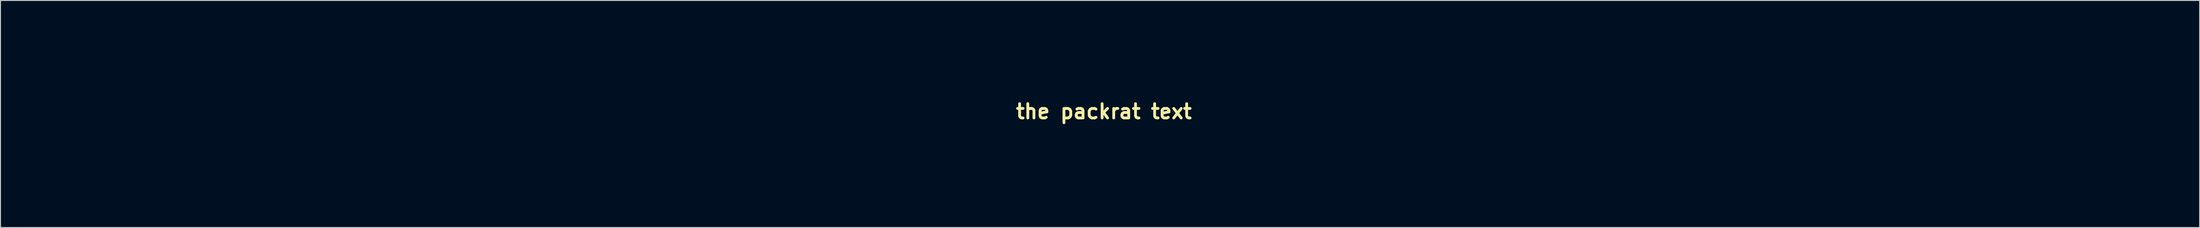
<source format=kicad_pcb>
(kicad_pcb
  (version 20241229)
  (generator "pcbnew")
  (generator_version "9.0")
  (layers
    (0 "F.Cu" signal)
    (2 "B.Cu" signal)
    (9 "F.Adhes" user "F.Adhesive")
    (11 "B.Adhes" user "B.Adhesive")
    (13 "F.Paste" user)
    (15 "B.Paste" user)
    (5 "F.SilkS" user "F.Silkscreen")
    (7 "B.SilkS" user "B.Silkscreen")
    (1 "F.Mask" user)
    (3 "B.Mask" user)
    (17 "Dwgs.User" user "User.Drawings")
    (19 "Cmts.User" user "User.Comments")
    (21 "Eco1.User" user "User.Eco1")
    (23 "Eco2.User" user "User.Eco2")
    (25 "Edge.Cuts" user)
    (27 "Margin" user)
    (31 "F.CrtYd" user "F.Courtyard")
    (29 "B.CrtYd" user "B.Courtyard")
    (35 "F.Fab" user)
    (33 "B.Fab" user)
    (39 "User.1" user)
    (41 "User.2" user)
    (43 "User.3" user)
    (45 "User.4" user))
  (footprint "the packrat text"
    (layer "F.Cu")
    (at 114.439 8.828)
    (property "Reference" "the packrat text" (at 0 0 0) (layer "F.SilkS") (effects (font (size 1.524 1.524) (thickness 0.3))))
    (attr through_hole)
    (fp_poly (pts (xy -91.173 -5.882) (xy -95.451 -5.882) (xy -95.451 6.952) (xy -97.322 6.952) (xy -97.322 -5.882) (xy -101.6 -5.882) (xy -101.6 -7.486) (xy -91.173 -7.486) (xy -91.173 -5.882)) (stroke (width 0.01) (type solid)) (fill no) (layer "Eco2.User"))
    (fp_poly (pts (xy -109.368 -7.553) (xy -110.796 -5.565) (xy -111.743 -3.385) (xy -112.202 -1.065) (xy -112.166 1.341) (xy -111.63 3.781) (xy -110.952 5.481) (xy -110.372 6.552) (xy -109.679 7.62) (xy -109.216 8.222) (xy -108.243 9.358) (xy -114.434 9.358) (xy -114.434 -8.823) (xy -108.239 -8.823) (xy -109.368 -7.553)) (stroke (width 0.01) (type solid)) (fill no) (layer "Eco2.User"))
    (fp_poly (pts (xy 113.632 9.358) (xy 107.764 9.358) (xy 109.214 7.228) (xy 110.262 5.531) (xy 110.95 3.978) (xy 111.338 2.38) (xy 111.486 0.548) (xy 111.493 -0.018) (xy 111.395 -1.952) (xy 111.061 -3.57) (xy 110.428 -5.061) (xy 109.432 -6.616) (xy 109.199 -6.931) (xy 107.776 -8.823) (xy 113.632 -8.823) (xy 113.632 9.358)) (stroke (width 0.01) (type solid)) (fill no) (layer "Eco2.User"))
    (fp_poly (pts (xy 56.637 -3.436) (xy 56.895 -3.208) (xy 56.949 -2.629) (xy 56.949 -2.521) (xy 56.949 -1.566) (xy 57.85 -2.521) (xy 58.515 -3.134) (xy 59.128 -3.413) (xy 59.855 -3.476) (xy 60.556 -3.446) (xy 60.873 -3.286) (xy 60.957 -2.888) (xy 60.96 -2.69) (xy 60.918 -2.189) (xy 60.69 -1.968) (xy 60.125 -1.918) (xy 59.88 -1.92) (xy 58.816 -1.763) (xy 58.248 -1.436) (xy 57.724 -0.883) (xy 57.36 -0.263) (xy 57.127 0.531) (xy 57.001 1.607) (xy 56.953 3.069) (xy 56.949 3.73) (xy 56.949 6.952) (xy 55.078 6.952) (xy 55.078 -3.476) (xy 56.014 -3.476) (xy 56.637 -3.436)) (stroke (width 0.01) (type solid)) (fill no) (layer "Eco2.User"))
    (fp_poly (pts (xy -79.943 -1.772) (xy -79.208 -2.475) (xy -78.207 -3.118) (xy -76.931 -3.501) (xy -75.598 -3.57) (xy -75.054 -3.489) (xy -74.189 -3.234) (xy -73.536 -2.867) (xy -73.067 -2.315) (xy -72.754 -1.507) (xy -72.567 -0.372) (xy -72.478 1.161) (xy -72.457 2.928) (xy -72.457 6.952) (xy -74.022 6.952) (xy -74.108 3.051) (xy -74.144 1.534) (xy -74.186 0.457) (xy -74.251 -0.273) (xy -74.356 -0.752) (xy -74.518 -1.072) (xy -74.756 -1.329) (xy -74.945 -1.494) (xy -75.725 -1.97) (xy -76.702 -2.136) (xy -76.91 -2.139) (xy -77.764 -2.07) (xy -78.402 -1.785) (xy -79.034 -1.23) (xy -79.943 -0.321) (xy -79.943 6.952) (xy -81.815 6.952) (xy -81.815 -8.288) (xy -79.943 -8.288) (xy -79.943 -1.772)) (stroke (width 0.01) (type solid)) (fill no) (layer "Eco2.User"))
    (fp_poly (pts (xy 36.095 -3.609) (xy 36.106 -2.095) (xy 36.137 -0.785) (xy 36.184 0.236) (xy 36.243 0.881) (xy 36.301 1.069) (xy 36.559 0.89) (xy 37.11 0.403) (xy 37.872 -0.319) (xy 38.766 -1.2) (xy 38.768 -1.203) (xy 39.754 -2.178) (xy 40.465 -2.828) (xy 40.996 -3.218) (xy 41.438 -3.411) (xy 41.885 -3.473) (xy 42.038 -3.476) (xy 42.685 -3.453) (xy 43.029 -3.398) (xy 43.046 -3.38) (xy 42.867 -3.167) (xy 42.378 -2.653) (xy 41.649 -1.91) (xy 40.751 -1.011) (xy 40.573 -0.835) (xy 38.1 1.615) (xy 40.907 4.272) (xy 43.715 6.928) (xy 42.554 6.94) (xy 42.059 6.924) (xy 41.628 6.826) (xy 41.168 6.587) (xy 40.591 6.148) (xy 39.803 5.451) (xy 38.811 4.527) (xy 36.228 2.102) (xy 36.152 4.527) (xy 36.075 6.952) (xy 34.223 6.952) (xy 34.223 -8.288) (xy 36.095 -8.288) (xy 36.095 -3.609)) (stroke (width 0.01) (type solid)) (fill no) (layer "Eco2.User"))
    (fp_poly (pts (xy -19.144 -7.447) (xy -17.818 -7.311) (xy -16.809 -7.055) (xy -16.012 -6.654) (xy -15.454 -6.21) (xy -14.774 -5.242) (xy -14.42 -4.006) (xy -14.402 -2.662) (xy -14.727 -1.37) (xy -15.183 -0.555) (xy -16.04 0.312) (xy -17.148 0.895) (xy -18.605 1.235) (xy -19.652 1.337) (xy -21.791 1.471) (xy -21.867 4.211) (xy -21.943 6.952) (xy -23.796 6.952) (xy -23.796 -2.918) (xy -21.923 -2.918) (xy -21.914 -1.847) (xy -21.871 -0.934) (xy -21.791 -0.32) (xy -21.724 -0.149) (xy -21.324 -0.038) (xy -20.573 -0.038) (xy -19.638 -0.127) (xy -18.684 -0.287) (xy -17.879 -0.495) (xy -17.453 -0.683) (xy -16.744 -1.426) (xy -16.289 -2.449) (xy -16.183 -3.52) (xy -16.214 -3.732) (xy -16.663 -4.733) (xy -17.559 -5.453) (xy -18.908 -5.897) (xy -19.625 -6.003) (xy -20.563 -6.075) (xy -21.297 -6.079) (xy -21.649 -6.02) (xy -21.761 -5.7) (xy -21.845 -4.983) (xy -21.899 -4.01) (xy -21.923 -2.918) (xy -23.796 -2.918) (xy -23.796 -7.486) (xy -20.895 -7.486) (xy -19.144 -7.447)) (stroke (width 0.01) (type solid)) (fill no) (layer "Eco2.User"))
    (fp_poly (pts (xy 21.526 -3.527) (xy 22.35 -3.379) (xy 22.808 -3.072) (xy 22.984 -2.57) (xy 22.994 -2.36) (xy 22.944 -1.812) (xy 22.737 -1.686) (xy 22.526 -1.758) (xy 21.99 -1.902) (xy 21.164 -2.025) (xy 20.721 -2.066) (xy 19.258 -1.979) (xy 18.102 -1.467) (xy 17.205 -0.502) (xy 16.886 0.059) (xy 16.43 1.454) (xy 16.5 2.759) (xy 17.099 3.996) (xy 17.521 4.515) (xy 18.046 5.046) (xy 18.509 5.336) (xy 19.107 5.456) (xy 20.032 5.481) (xy 20.099 5.481) (xy 21.096 5.447) (xy 21.953 5.359) (xy 22.392 5.263) (xy 22.816 5.171) (xy 22.974 5.41) (xy 22.994 5.832) (xy 22.937 6.334) (xy 22.675 6.631) (xy 22.067 6.852) (xy 21.806 6.92) (xy 20.396 7.173) (xy 19.185 7.125) (xy 18.081 6.826) (xy 16.931 6.213) (xy 15.896 5.303) (xy 15.144 4.259) (xy 14.948 3.801) (xy 14.796 3.007) (xy 14.737 1.971) (xy 14.757 1.333) (xy 15.111 -0.331) (xy 15.884 -1.684) (xy 17.04 -2.694) (xy 18.543 -3.328) (xy 20.257 -3.552) (xy 21.526 -3.527)) (stroke (width 0.01) (type solid)) (fill no) (layer "Eco2.User"))
    (fp_poly (pts (xy 95.933 -6.175) (xy 95.975 -5.551) (xy 95.985 -4.946) (xy 95.985 -3.476) (xy 97.456 -3.476) (xy 98.296 -3.462) (xy 98.734 -3.374) (xy 98.9 -3.139) (xy 98.926 -2.686) (xy 98.926 -2.674) (xy 98.902 -2.215) (xy 98.74 -1.976) (xy 98.309 -1.886) (xy 97.478 -1.872) (xy 97.456 -1.872) (xy 95.985 -1.872) (xy 95.985 1.277) (xy 96.013 2.931) (xy 96.115 4.12) (xy 96.321 4.91) (xy 96.663 5.37) (xy 97.168 5.567) (xy 97.869 5.568) (xy 97.889 5.566) (xy 98.56 5.533) (xy 98.854 5.668) (xy 98.925 6.062) (xy 98.926 6.178) (xy 98.703 6.786) (xy 98.102 7.136) (xy 97.226 7.207) (xy 96.178 6.977) (xy 95.845 6.846) (xy 95.298 6.531) (xy 94.902 6.081) (xy 94.636 5.415) (xy 94.475 4.449) (xy 94.398 3.102) (xy 94.381 1.592) (xy 94.381 -1.872) (xy 93.445 -1.872) (xy 92.817 -1.916) (xy 92.559 -2.143) (xy 92.509 -2.674) (xy 92.562 -3.213) (xy 92.826 -3.434) (xy 93.445 -3.476) (xy 94.019 -3.501) (xy 94.292 -3.674) (xy 94.375 -4.14) (xy 94.381 -4.686) (xy 94.422 -5.462) (xy 94.602 -5.885) (xy 95.002 -6.131) (xy 95.067 -6.156) (xy 95.61 -6.348) (xy 95.869 -6.417) (xy 95.933 -6.175)) (stroke (width 0.01) (type solid)) (fill no) (layer "Eco2.User"))
    (fp_poly (pts (xy -55.915 -3.291) (xy -54.664 -2.587) (xy -53.712 -1.501) (xy -53.118 -0.08) (xy -52.94 1.404) (xy -52.939 2.139) (xy -56.949 2.139) (xy -58.49 2.142) (xy -59.576 2.159) (xy -60.286 2.201) (xy -60.699 2.278) (xy -60.896 2.401) (xy -60.956 2.582) (xy -60.96 2.687) (xy -60.736 3.635) (xy -60.161 4.55) (xy -59.381 5.2) (xy -59.365 5.209) (xy -58.376 5.508) (xy -57.127 5.599) (xy -55.847 5.481) (xy -54.903 5.214) (xy -54.197 4.926) (xy -53.857 4.865) (xy -53.749 5.061) (xy -53.741 5.495) (xy -53.877 6.037) (xy -54.372 6.429) (xy -54.657 6.56) (xy -55.791 6.886) (xy -57.149 7.069) (xy -58.473 7.085) (xy -59.323 6.966) (xy -60.678 6.365) (xy -61.744 5.357) (xy -62.47 4.015) (xy -62.807 2.409) (xy -62.826 1.882) (xy -62.656 0.521) (xy -60.96 0.521) (xy -60.699 0.655) (xy -59.938 0.747) (xy -58.71 0.795) (xy -57.885 0.802) (xy -54.811 0.802) (xy -54.811 0.113) (xy -55.016 -0.578) (xy -55.55 -1.314) (xy -55.592 -1.357) (xy -56.558 -1.968) (xy -57.73 -2.157) (xy -58.968 -1.911) (xy -59.365 -1.733) (xy -60.014 -1.22) (xy -60.584 -0.485) (xy -60.923 0.259) (xy -60.96 0.521) (xy -62.656 0.521) (xy -62.604 0.107) (xy -61.97 -1.356) (xy -60.944 -2.477) (xy -59.548 -3.226) (xy -59.073 -3.37) (xy -57.405 -3.568) (xy -55.915 -3.291)) (stroke (width 0.01) (type solid)) (fill no) (layer "Eco2.User"))
    (fp_poly (pts (xy 1.537 -3.368) (xy 1.938 -3.248) (xy 2.575 -2.819) (xy 3.154 -2.162) (xy 3.207 -2.079) (xy 3.416 -1.682) (xy 3.562 -1.222) (xy 3.658 -0.602) (xy 3.712 0.277) (xy 3.737 1.511) (xy 3.742 2.874) (xy 3.743 6.952) (xy 2.941 6.952) (xy 2.384 6.891) (xy 2.17 6.598) (xy 2.139 6.099) (xy 2.139 5.247) (xy 1.384 5.971) (xy 0.151 6.805) (xy -1.276 7.148) (xy -2.864 6.994) (xy -3.125 6.924) (xy -4.107 6.392) (xy -4.772 5.536) (xy -5.086 4.485) (xy -5.029 3.615) (xy -3.31 3.615) (xy -3.197 4.466) (xy -2.926 4.904) (xy -2.48 5.352) (xy -1.933 5.562) (xy -1.073 5.615) (xy -1.054 5.615) (xy -0.106 5.542) (xy 0.592 5.259) (xy 1.106 4.858) (xy 1.68 4.231) (xy 1.93 3.554) (xy 1.979 2.92) (xy 2.005 1.739) (xy 1.069 1.816) (xy -0.109 1.958) (xy -1.235 2.168) (xy -2.168 2.413) (xy -2.769 2.659) (xy -2.888 2.755) (xy -3.31 3.615) (xy -5.029 3.615) (xy -5.013 3.372) (xy -4.519 2.324) (xy -4.4 2.174) (xy -3.98 1.72) (xy -3.536 1.395) (xy -2.955 1.156) (xy -2.121 0.962) (xy -0.919 0.771) (xy -0.267 0.681) (xy 2.005 0.372) (xy 1.948 -0.415) (xy 1.712 -1.159) (xy 1.316 -1.671) (xy 0.523 -2.023) (xy -0.568 -2.122) (xy -1.786 -1.971) (xy -2.874 -1.611) (xy -4.011 -1.096) (xy -4.011 -1.898) (xy -3.923 -2.473) (xy -3.563 -2.851) (xy -3.034 -3.109) (xy -2.062 -3.369) (xy -0.828 -3.503) (xy 0.446 -3.504) (xy 1.537 -3.368)) (stroke (width 0.01) (type solid)) (fill no) (layer "Eco2.User"))
    (fp_poly (pts (xy 78.385 -3.355) (xy 79.058 -3.081) (xy 79.605 -2.724) (xy 80.008 -2.335) (xy 80.291 -1.828) (xy 80.478 -1.118) (xy 80.593 -0.116) (xy 80.662 1.262) (xy 80.701 2.741) (xy 80.792 6.952) (xy 79.833 6.952) (xy 79.192 6.906) (xy 78.925 6.693) (xy 78.874 6.242) (xy 78.841 5.758) (xy 78.666 5.739) (xy 78.396 5.964) (xy 77.251 6.7) (xy 75.91 7.097) (xy 74.563 7.118) (xy 73.794 6.919) (xy 72.669 6.228) (xy 71.975 5.269) (xy 71.747 4.119) (xy 71.872 3.536) (xy 73.568 3.536) (xy 73.58 4.349) (xy 73.944 5.046) (xy 74.121 5.199) (xy 74.917 5.509) (xy 75.945 5.603) (xy 76.945 5.471) (xy 77.354 5.316) (xy 78.289 4.568) (xy 78.787 3.519) (xy 78.868 2.787) (xy 78.848 2.097) (xy 78.698 1.804) (xy 78.298 1.77) (xy 78.005 1.802) (xy 76.475 2.032) (xy 75.213 2.309) (xy 74.314 2.61) (xy 73.928 2.845) (xy 73.568 3.536) (xy 71.872 3.536) (xy 72.017 2.859) (xy 72.025 2.84) (xy 72.604 1.993) (xy 73.567 1.359) (xy 74.957 0.917) (xy 76.802 0.649) (xy 77.841 0.546) (xy 78.457 0.439) (xy 78.762 0.279) (xy 78.864 0.018) (xy 78.874 -0.258) (xy 78.635 -1.131) (xy 77.969 -1.763) (xy 76.948 -2.099) (xy 76.375 -2.139) (xy 75.362 -2.048) (xy 74.386 -1.823) (xy 74.153 -1.738) (xy 73.447 -1.45) (xy 73.106 -1.395) (xy 72.999 -1.615) (xy 72.992 -2.104) (xy 73.049 -2.583) (xy 73.309 -2.884) (xy 73.908 -3.125) (xy 74.262 -3.229) (xy 75.713 -3.505) (xy 77.145 -3.545) (xy 78.385 -3.355)) (stroke (width 0.01) (type solid)) (fill no) (layer "Eco2.User")))
  (gr_rect
    (start -3 -3)
    (end 231.075 21.191)
    (stroke (width 0.1) (type default))
    (fill no)
    (layer "Edge.Cuts")))
</source>
